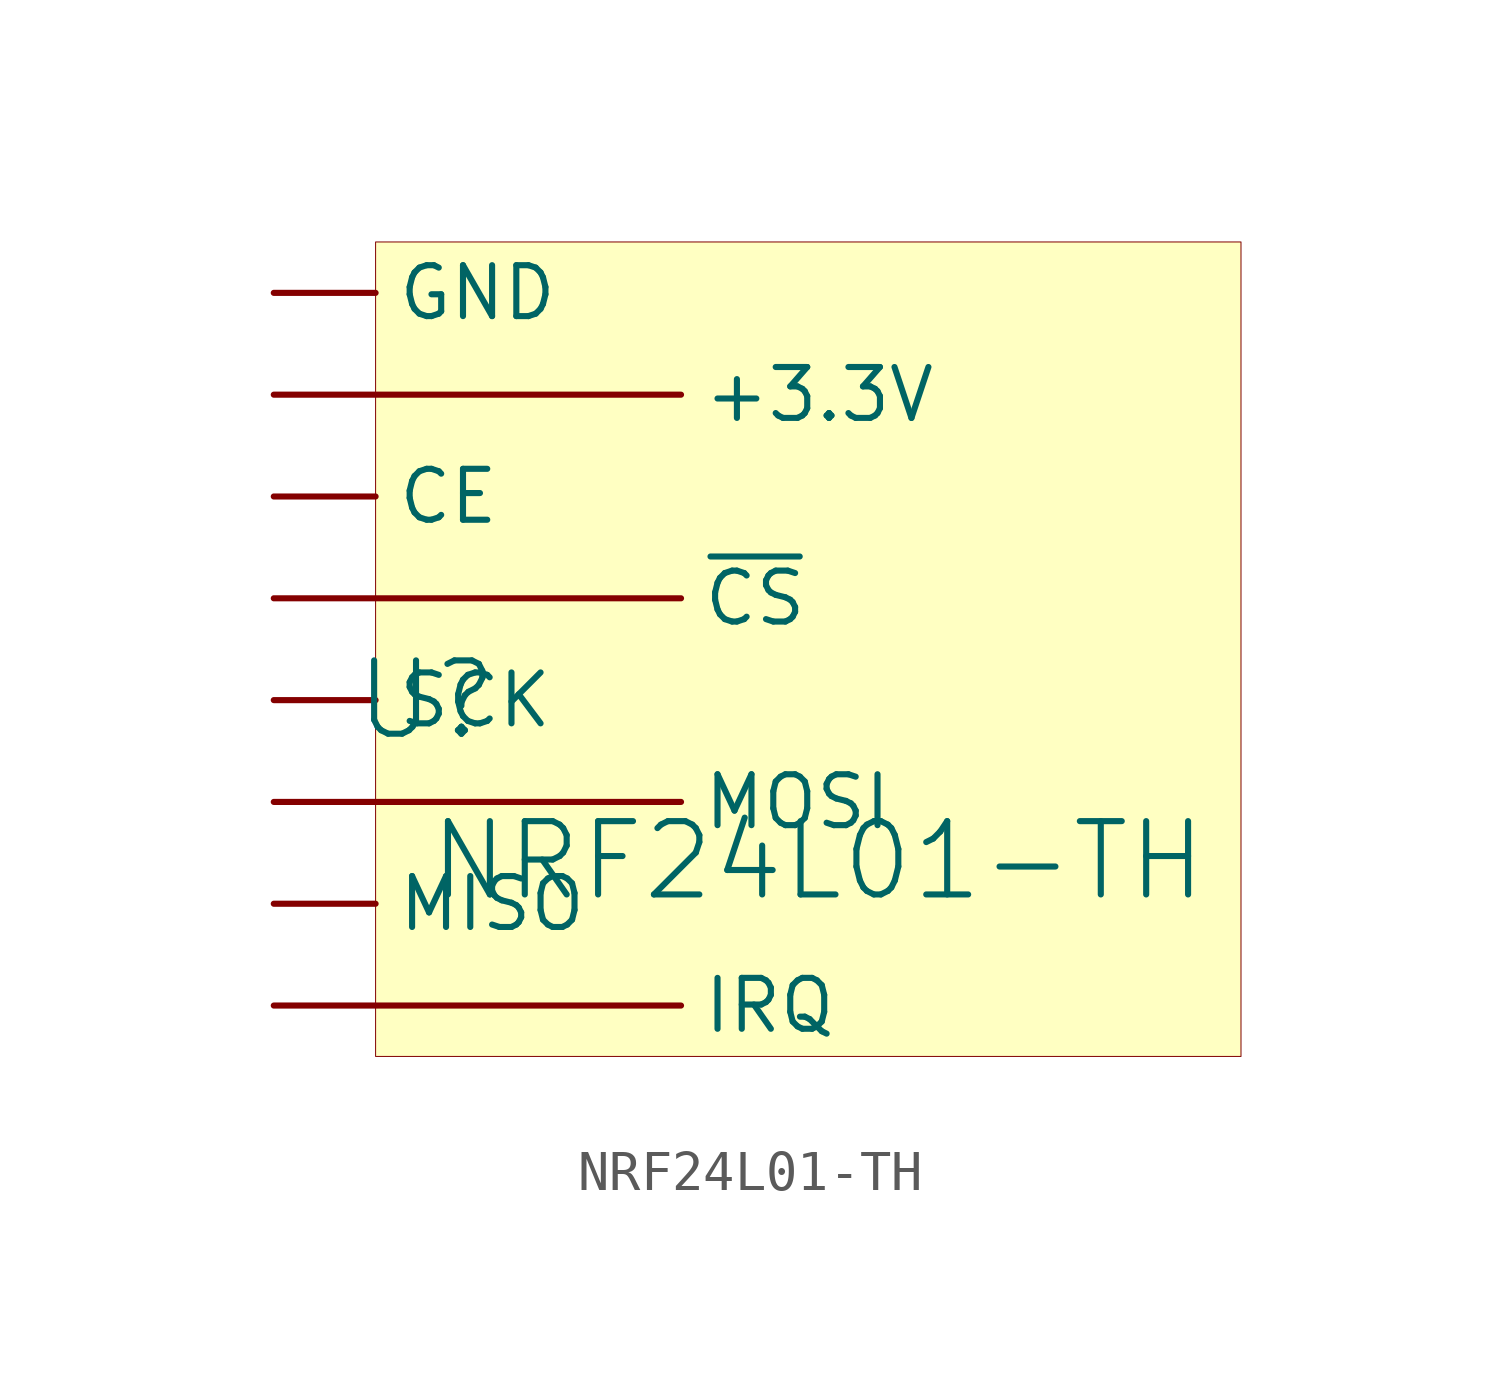
<source format=kicad_sym>
(kicad_symbol_lib
  (version 20241209)
  (generator "kicad_symbol_editor")
  (generator_version "9.0")
  (symbol "NRF24L01-TH"
    (pin_numbers
      (hide yes))
    (property "Reference" "U"
      (at -1.27 1.27 0)
      (effects (font (size 1.829 1.829))))
    (property "Value" "NRF24L01-TH"
      (at -1.27 -3.81 0)
      (effects (font (size 1.829 1.829)) (justify left bottom)))
    (symbol "NRF24L01-TH_1_0"
      (rectangle (start 19.05 12.7) (end -2.54 -7.62) (stroke (width 0.025) (type solid) (color 128 0 0 1)) (fill (type background)))
      (pin passive line (at -5.08 11.43 0) (length 2.54) (name "GND" (effects (font (size 1.27 1.27)))) (number "1" (effects (font (size 1.27 1.27)))))
      (pin passive line (at -5.08 8.89 0) (length 10.16) (name "+3.3V" (effects (font (size 1.27 1.27)))) (number "2" (effects (font (size 1.27 1.27)))))
      (pin passive line (at -5.08 6.35 0) (length 2.54) (name "CE" (effects (font (size 1.27 1.27)))) (number "3" (effects (font (size 1.27 1.27)))))
      (pin passive line (at -5.08 3.81 0) (length 10.16) (name "~{CS}" (effects (font (size 1.27 1.27)))) (number "4" (effects (font (size 1.27 1.27)))))
      (pin passive line (at -5.08 1.27 0) (length 2.54) (name "SCK" (effects (font (size 1.27 1.27)))) (number "5" (effects (font (size 1.27 1.27)))))
      (pin passive line (at -5.08 -1.27 0) (length 10.16) (name "MOSI" (effects (font (size 1.27 1.27)))) (number "6" (effects (font (size 1.27 1.27)))))
      (pin passive line (at -5.08 -3.81 0) (length 2.54) (name "MISO" (effects (font (size 1.27 1.27)))) (number "7" (effects (font (size 1.27 1.27)))))
      (pin passive line (at -5.08 -6.35 0) (length 10.16) (name "IRQ" (effects (font (size 1.27 1.27)))) (number "8" (effects (font (size 1.27 1.27))))))))
</source>
